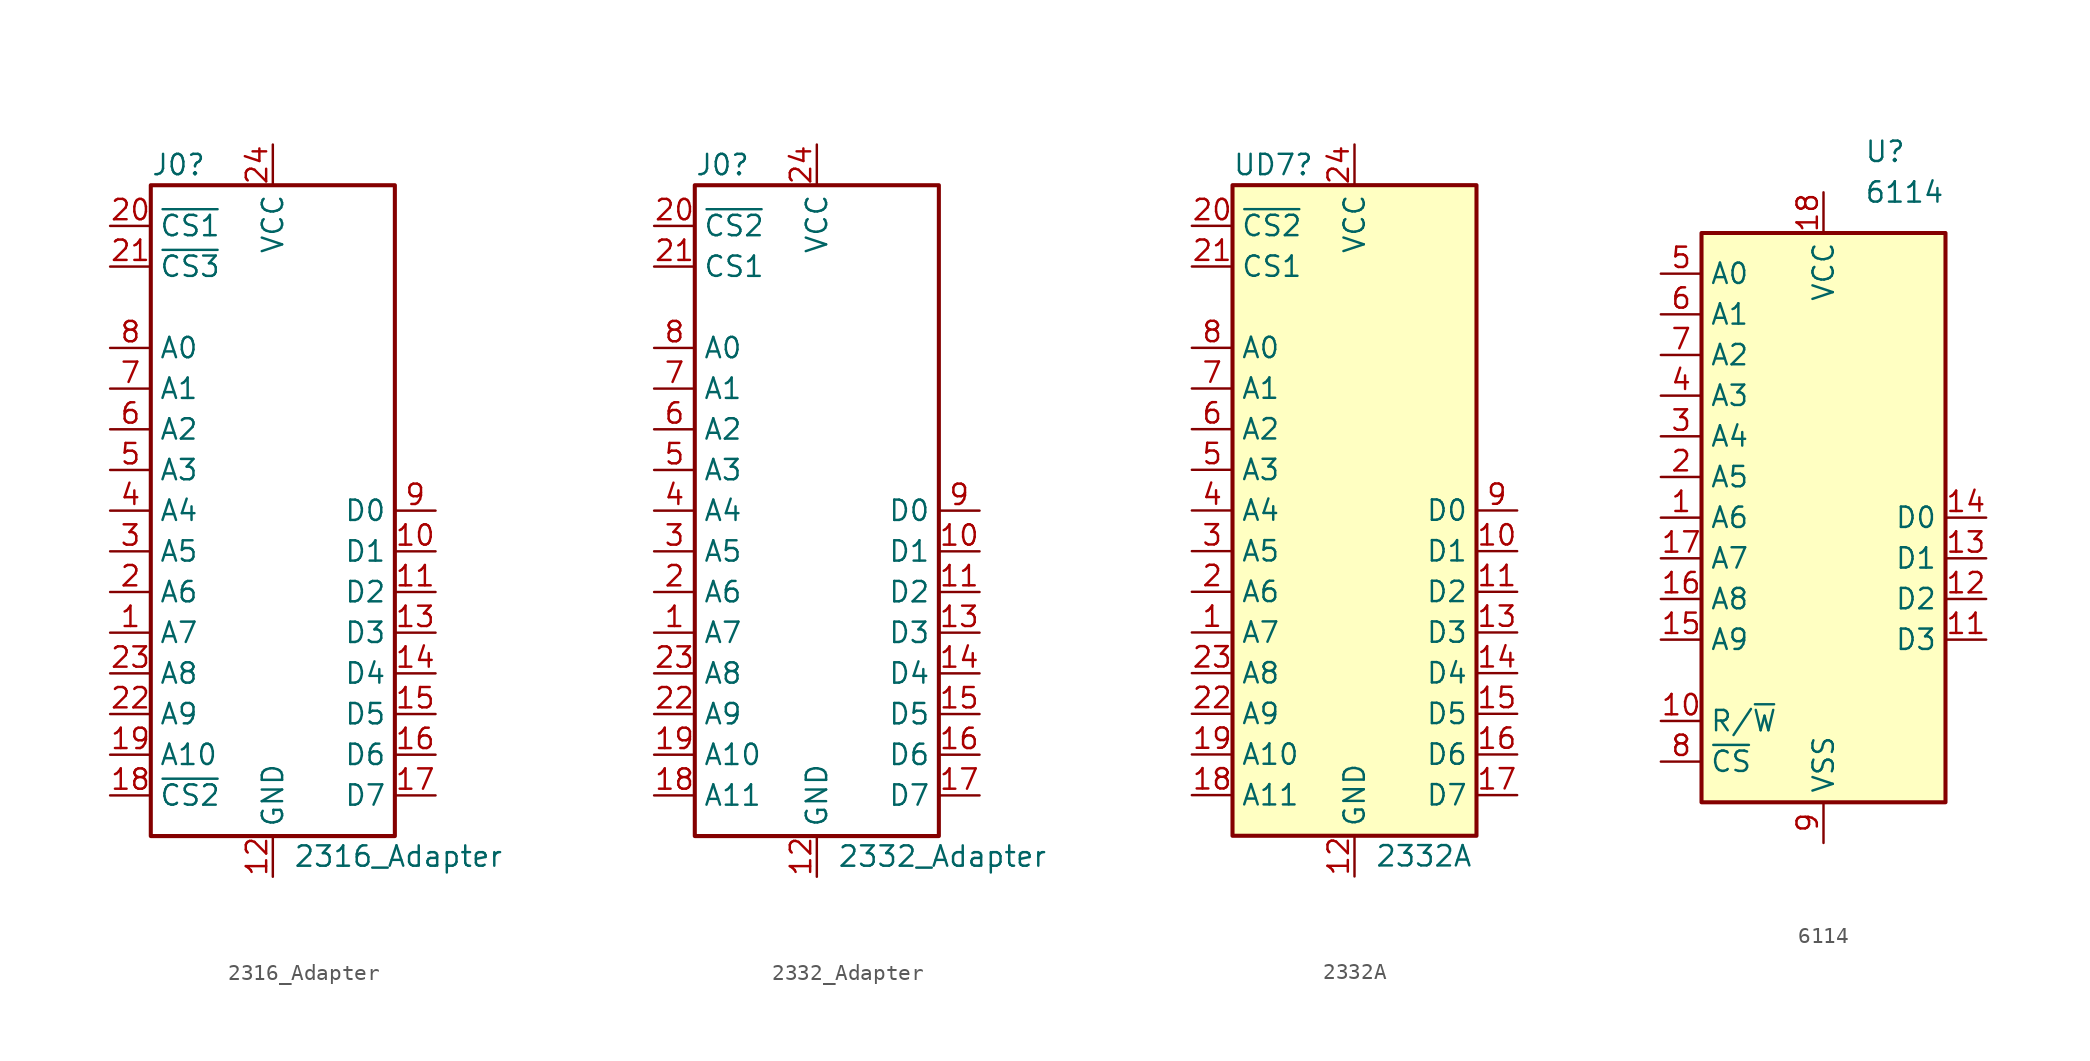
<source format=kicad_sym>
(kicad_symbol_lib
  (version 20220914)
  (generator kicad_symbol_editor)
  (symbol "2316_Adapter"
    (property "Reference" "J0"
      (at -7.62 21.59 0)
      (effects (font (size 1.27 1.27)) (justify left)))
    (property "Value" "2316_Adapter"
      (at 1.27 -21.59 0)
      (effects (font (size 1.27 1.27)) (justify left)))
    (symbol "2316_Adapter_0_1"
      (rectangle (start -7.62 20.32) (end 7.62 -20.32) (stroke (width 0.254) (type default)) (fill (type none))))
    (symbol "2316_Adapter_1_1"
      (pin output line (at -10.16 -7.62 0) (length 2.54) (name "A7" (effects (font (size 1.27 1.27)))) (number "1" (effects (font (size 1.27 1.27)))))
      (pin bidirectional line (at 10.16 -2.54 180) (length 2.54) (name "D1" (effects (font (size 1.27 1.27)))) (number "10" (effects (font (size 1.27 1.27)))))
      (pin bidirectional line (at 10.16 -5.08 180) (length 2.54) (name "D2" (effects (font (size 1.27 1.27)))) (number "11" (effects (font (size 1.27 1.27)))))
      (pin power_in line (at 0 -22.86 90) (length 2.54) (name "GND" (effects (font (size 1.27 1.27)))) (number "12" (effects (font (size 1.27 1.27)))))
      (pin bidirectional line (at 10.16 -7.62 180) (length 2.54) (name "D3" (effects (font (size 1.27 1.27)))) (number "13" (effects (font (size 1.27 1.27)))))
      (pin bidirectional line (at 10.16 -10.16 180) (length 2.54) (name "D4" (effects (font (size 1.27 1.27)))) (number "14" (effects (font (size 1.27 1.27)))))
      (pin bidirectional line (at 10.16 -12.7 180) (length 2.54) (name "D5" (effects (font (size 1.27 1.27)))) (number "15" (effects (font (size 1.27 1.27)))))
      (pin bidirectional line (at 10.16 -15.24 180) (length 2.54) (name "D6" (effects (font (size 1.27 1.27)))) (number "16" (effects (font (size 1.27 1.27)))))
      (pin bidirectional line (at 10.16 -17.78 180) (length 2.54) (name "D7" (effects (font (size 1.27 1.27)))) (number "17" (effects (font (size 1.27 1.27)))))
      (pin output line (at -10.16 -17.78 0) (length 2.54) (name "~{CS2}" (effects (font (size 1.27 1.27)))) (number "18" (effects (font (size 1.27 1.27)))))
      (pin output line (at -10.16 -15.24 0) (length 2.54) (name "A10" (effects (font (size 1.27 1.27)))) (number "19" (effects (font (size 1.27 1.27)))))
      (pin output line (at -10.16 -5.08 0) (length 2.54) (name "A6" (effects (font (size 1.27 1.27)))) (number "2" (effects (font (size 1.27 1.27)))))
      (pin output line (at -10.16 17.78 0) (length 2.54) (name "~{CS1}" (effects (font (size 1.27 1.27)))) (number "20" (effects (font (size 1.27 1.27)))))
      (pin output line (at -10.16 15.24 0) (length 2.54) (name "~{CS3}" (effects (font (size 1.27 1.27)))) (number "21" (effects (font (size 1.27 1.27)))))
      (pin output line (at -10.16 -12.7 0) (length 2.54) (name "A9" (effects (font (size 1.27 1.27)))) (number "22" (effects (font (size 1.27 1.27)))))
      (pin output line (at -10.16 -10.16 0) (length 2.54) (name "A8" (effects (font (size 1.27 1.27)))) (number "23" (effects (font (size 1.27 1.27)))))
      (pin power_in line (at 0 22.86 270) (length 2.54) (name "VCC" (effects (font (size 1.27 1.27)))) (number "24" (effects (font (size 1.27 1.27)))))
      (pin output line (at -10.16 -2.54 0) (length 2.54) (name "A5" (effects (font (size 1.27 1.27)))) (number "3" (effects (font (size 1.27 1.27)))))
      (pin output line (at -10.16 0 0) (length 2.54) (name "A4" (effects (font (size 1.27 1.27)))) (number "4" (effects (font (size 1.27 1.27)))))
      (pin output line (at -10.16 2.54 0) (length 2.54) (name "A3" (effects (font (size 1.27 1.27)))) (number "5" (effects (font (size 1.27 1.27)))))
      (pin output line (at -10.16 5.08 0) (length 2.54) (name "A2" (effects (font (size 1.27 1.27)))) (number "6" (effects (font (size 1.27 1.27)))))
      (pin output line (at -10.16 7.62 0) (length 2.54) (name "A1" (effects (font (size 1.27 1.27)))) (number "7" (effects (font (size 1.27 1.27)))))
      (pin output line (at -10.16 10.16 0) (length 2.54) (name "A0" (effects (font (size 1.27 1.27)))) (number "8" (effects (font (size 1.27 1.27)))))
      (pin bidirectional line (at 10.16 0 180) (length 2.54) (name "D0" (effects (font (size 1.27 1.27)))) (number "9" (effects (font (size 1.27 1.27)))))))
  (symbol "2332_Adapter"
    (property "Reference" "J0"
      (at -7.62 21.59 0)
      (effects (font (size 1.27 1.27)) (justify left)))
    (property "Value" "2332_Adapter"
      (at 1.27 -21.59 0)
      (effects (font (size 1.27 1.27)) (justify left)))
    (symbol "2332_Adapter_0_1"
      (rectangle (start -7.62 20.32) (end 7.62 -20.32) (stroke (width 0.254) (type default)) (fill (type none))))
    (symbol "2332_Adapter_1_1"
      (pin output line (at -10.16 -7.62 0) (length 2.54) (name "A7" (effects (font (size 1.27 1.27)))) (number "1" (effects (font (size 1.27 1.27)))))
      (pin bidirectional line (at 10.16 -2.54 180) (length 2.54) (name "D1" (effects (font (size 1.27 1.27)))) (number "10" (effects (font (size 1.27 1.27)))))
      (pin bidirectional line (at 10.16 -5.08 180) (length 2.54) (name "D2" (effects (font (size 1.27 1.27)))) (number "11" (effects (font (size 1.27 1.27)))))
      (pin power_in line (at 0 -22.86 90) (length 2.54) (name "GND" (effects (font (size 1.27 1.27)))) (number "12" (effects (font (size 1.27 1.27)))))
      (pin bidirectional line (at 10.16 -7.62 180) (length 2.54) (name "D3" (effects (font (size 1.27 1.27)))) (number "13" (effects (font (size 1.27 1.27)))))
      (pin bidirectional line (at 10.16 -10.16 180) (length 2.54) (name "D4" (effects (font (size 1.27 1.27)))) (number "14" (effects (font (size 1.27 1.27)))))
      (pin bidirectional line (at 10.16 -12.7 180) (length 2.54) (name "D5" (effects (font (size 1.27 1.27)))) (number "15" (effects (font (size 1.27 1.27)))))
      (pin bidirectional line (at 10.16 -15.24 180) (length 2.54) (name "D6" (effects (font (size 1.27 1.27)))) (number "16" (effects (font (size 1.27 1.27)))))
      (pin bidirectional line (at 10.16 -17.78 180) (length 2.54) (name "D7" (effects (font (size 1.27 1.27)))) (number "17" (effects (font (size 1.27 1.27)))))
      (pin output line (at -10.16 -17.78 0) (length 2.54) (name "A11" (effects (font (size 1.27 1.27)))) (number "18" (effects (font (size 1.27 1.27)))))
      (pin output line (at -10.16 -15.24 0) (length 2.54) (name "A10" (effects (font (size 1.27 1.27)))) (number "19" (effects (font (size 1.27 1.27)))))
      (pin output line (at -10.16 -5.08 0) (length 2.54) (name "A6" (effects (font (size 1.27 1.27)))) (number "2" (effects (font (size 1.27 1.27)))))
      (pin output line (at -10.16 17.78 0) (length 2.54) (name "~{CS2}" (effects (font (size 1.27 1.27)))) (number "20" (effects (font (size 1.27 1.27)))))
      (pin output line (at -10.16 15.24 0) (length 2.54) (name "CS1" (effects (font (size 1.27 1.27)))) (number "21" (effects (font (size 1.27 1.27)))))
      (pin output line (at -10.16 -12.7 0) (length 2.54) (name "A9" (effects (font (size 1.27 1.27)))) (number "22" (effects (font (size 1.27 1.27)))))
      (pin output line (at -10.16 -10.16 0) (length 2.54) (name "A8" (effects (font (size 1.27 1.27)))) (number "23" (effects (font (size 1.27 1.27)))))
      (pin power_in line (at 0 22.86 270) (length 2.54) (name "VCC" (effects (font (size 1.27 1.27)))) (number "24" (effects (font (size 1.27 1.27)))))
      (pin output line (at -10.16 -2.54 0) (length 2.54) (name "A5" (effects (font (size 1.27 1.27)))) (number "3" (effects (font (size 1.27 1.27)))))
      (pin output line (at -10.16 0 0) (length 2.54) (name "A4" (effects (font (size 1.27 1.27)))) (number "4" (effects (font (size 1.27 1.27)))))
      (pin output line (at -10.16 2.54 0) (length 2.54) (name "A3" (effects (font (size 1.27 1.27)))) (number "5" (effects (font (size 1.27 1.27)))))
      (pin output line (at -10.16 5.08 0) (length 2.54) (name "A2" (effects (font (size 1.27 1.27)))) (number "6" (effects (font (size 1.27 1.27)))))
      (pin output line (at -10.16 7.62 0) (length 2.54) (name "A1" (effects (font (size 1.27 1.27)))) (number "7" (effects (font (size 1.27 1.27)))))
      (pin output line (at -10.16 10.16 0) (length 2.54) (name "A0" (effects (font (size 1.27 1.27)))) (number "8" (effects (font (size 1.27 1.27)))))
      (pin bidirectional line (at 10.16 0 180) (length 2.54) (name "D0" (effects (font (size 1.27 1.27)))) (number "9" (effects (font (size 1.27 1.27)))))))
  (symbol "2332A"
    (property "Reference" "UD7"
      (at -7.62 21.59 0)
      (effects (font (size 1.27 1.27)) (justify left)))
    (property "Value" "2332A"
      (at 1.27 -21.59 0)
      (effects (font (size 1.27 1.27)) (justify left)))
    (symbol "2332A_0_1"
      (rectangle (start -7.62 20.32) (end 7.62 -20.32) (stroke (width 0.254) (type default)) (fill (type background))))
    (symbol "2332A_1_1"
      (pin input line (at -10.16 -7.62 0) (length 2.54) (name "A7" (effects (font (size 1.27 1.27)))) (number "1" (effects (font (size 1.27 1.27)))))
      (pin tri_state line (at 10.16 -2.54 180) (length 2.54) (name "D1" (effects (font (size 1.27 1.27)))) (number "10" (effects (font (size 1.27 1.27)))))
      (pin tri_state line (at 10.16 -5.08 180) (length 2.54) (name "D2" (effects (font (size 1.27 1.27)))) (number "11" (effects (font (size 1.27 1.27)))))
      (pin power_in line (at 0 -22.86 90) (length 2.54) (name "GND" (effects (font (size 1.27 1.27)))) (number "12" (effects (font (size 1.27 1.27)))))
      (pin tri_state line (at 10.16 -7.62 180) (length 2.54) (name "D3" (effects (font (size 1.27 1.27)))) (number "13" (effects (font (size 1.27 1.27)))))
      (pin tri_state line (at 10.16 -10.16 180) (length 2.54) (name "D4" (effects (font (size 1.27 1.27)))) (number "14" (effects (font (size 1.27 1.27)))))
      (pin tri_state line (at 10.16 -12.7 180) (length 2.54) (name "D5" (effects (font (size 1.27 1.27)))) (number "15" (effects (font (size 1.27 1.27)))))
      (pin tri_state line (at 10.16 -15.24 180) (length 2.54) (name "D6" (effects (font (size 1.27 1.27)))) (number "16" (effects (font (size 1.27 1.27)))))
      (pin tri_state line (at 10.16 -17.78 180) (length 2.54) (name "D7" (effects (font (size 1.27 1.27)))) (number "17" (effects (font (size 1.27 1.27)))))
      (pin input line (at -10.16 -17.78 0) (length 2.54) (name "A11" (effects (font (size 1.27 1.27)))) (number "18" (effects (font (size 1.27 1.27)))))
      (pin input line (at -10.16 -15.24 0) (length 2.54) (name "A10" (effects (font (size 1.27 1.27)))) (number "19" (effects (font (size 1.27 1.27)))))
      (pin input line (at -10.16 -5.08 0) (length 2.54) (name "A6" (effects (font (size 1.27 1.27)))) (number "2" (effects (font (size 1.27 1.27)))))
      (pin input line (at -10.16 17.78 0) (length 2.54) (name "~{CS2}" (effects (font (size 1.27 1.27)))) (number "20" (effects (font (size 1.27 1.27)))))
      (pin input line (at -10.16 15.24 0) (length 2.54) (name "CS1" (effects (font (size 1.27 1.27)))) (number "21" (effects (font (size 1.27 1.27)))))
      (pin input line (at -10.16 -12.7 0) (length 2.54) (name "A9" (effects (font (size 1.27 1.27)))) (number "22" (effects (font (size 1.27 1.27)))))
      (pin input line (at -10.16 -10.16 0) (length 2.54) (name "A8" (effects (font (size 1.27 1.27)))) (number "23" (effects (font (size 1.27 1.27)))))
      (pin power_in line (at 0 22.86 270) (length 2.54) (name "VCC" (effects (font (size 1.27 1.27)))) (number "24" (effects (font (size 1.27 1.27)))))
      (pin input line (at -10.16 -2.54 0) (length 2.54) (name "A5" (effects (font (size 1.27 1.27)))) (number "3" (effects (font (size 1.27 1.27)))))
      (pin input line (at -10.16 0 0) (length 2.54) (name "A4" (effects (font (size 1.27 1.27)))) (number "4" (effects (font (size 1.27 1.27)))))
      (pin input line (at -10.16 2.54 0) (length 2.54) (name "A3" (effects (font (size 1.27 1.27)))) (number "5" (effects (font (size 1.27 1.27)))))
      (pin input line (at -10.16 5.08 0) (length 2.54) (name "A2" (effects (font (size 1.27 1.27)))) (number "6" (effects (font (size 1.27 1.27)))))
      (pin input line (at -10.16 7.62 0) (length 2.54) (name "A1" (effects (font (size 1.27 1.27)))) (number "7" (effects (font (size 1.27 1.27)))))
      (pin input line (at -10.16 10.16 0) (length 2.54) (name "A0" (effects (font (size 1.27 1.27)))) (number "8" (effects (font (size 1.27 1.27)))))
      (pin tri_state line (at 10.16 0 180) (length 2.54) (name "D0" (effects (font (size 1.27 1.27)))) (number "9" (effects (font (size 1.27 1.27)))))))
  (symbol "6114"
    (property "Reference" "U"
      (at 2.54 22.86 0)
      (effects (font (size 1.27 1.27)) (justify left)))
    (property "Value" "6114"
      (at 2.54 20.32 0)
      (effects (font (size 1.27 1.27)) (justify left)))
    (symbol "6114_0_1"
      (rectangle (start -7.62 17.78) (end 7.62 -17.78) (stroke (width 0.254) (type default)) (fill (type background))))
    (symbol "6114_1_1"
      (pin input line (at -10.16 0 0) (length 2.54) (name "A6" (effects (font (size 1.27 1.27)))) (number "1" (effects (font (size 1.27 1.27)))))
      (pin input line (at -10.16 -12.7 0) (length 2.54) (name "R/~{W}" (effects (font (size 1.27 1.27)))) (number "10" (effects (font (size 1.27 1.27)))))
      (pin bidirectional line (at 10.16 -7.62 180) (length 2.54) (name "D3" (effects (font (size 1.27 1.27)))) (number "11" (effects (font (size 1.27 1.27)))))
      (pin bidirectional line (at 10.16 -5.08 180) (length 2.54) (name "D2" (effects (font (size 1.27 1.27)))) (number "12" (effects (font (size 1.27 1.27)))))
      (pin bidirectional line (at 10.16 -2.54 180) (length 2.54) (name "D1" (effects (font (size 1.27 1.27)))) (number "13" (effects (font (size 1.27 1.27)))))
      (pin bidirectional line (at 10.16 0 180) (length 2.54) (name "D0" (effects (font (size 1.27 1.27)))) (number "14" (effects (font (size 1.27 1.27)))))
      (pin input line (at -10.16 -7.62 0) (length 2.54) (name "A9" (effects (font (size 1.27 1.27)))) (number "15" (effects (font (size 1.27 1.27)))))
      (pin input line (at -10.16 -5.08 0) (length 2.54) (name "A8" (effects (font (size 1.27 1.27)))) (number "16" (effects (font (size 1.27 1.27)))))
      (pin input line (at -10.16 -2.54 0) (length 2.54) (name "A7" (effects (font (size 1.27 1.27)))) (number "17" (effects (font (size 1.27 1.27)))))
      (pin power_in line (at 0 20.32 270) (length 2.54) (name "VCC" (effects (font (size 1.27 1.27)))) (number "18" (effects (font (size 1.27 1.27)))))
      (pin input line (at -10.16 2.54 0) (length 2.54) (name "A5" (effects (font (size 1.27 1.27)))) (number "2" (effects (font (size 1.27 1.27)))))
      (pin input line (at -10.16 5.08 0) (length 2.54) (name "A4" (effects (font (size 1.27 1.27)))) (number "3" (effects (font (size 1.27 1.27)))))
      (pin input line (at -10.16 7.62 0) (length 2.54) (name "A3" (effects (font (size 1.27 1.27)))) (number "4" (effects (font (size 1.27 1.27)))))
      (pin input line (at -10.16 15.24 0) (length 2.54) (name "A0" (effects (font (size 1.27 1.27)))) (number "5" (effects (font (size 1.27 1.27)))))
      (pin input line (at -10.16 12.7 0) (length 2.54) (name "A1" (effects (font (size 1.27 1.27)))) (number "6" (effects (font (size 1.27 1.27)))))
      (pin input line (at -10.16 10.16 0) (length 2.54) (name "A2" (effects (font (size 1.27 1.27)))) (number "7" (effects (font (size 1.27 1.27)))))
      (pin input line (at -10.16 -15.24 0) (length 2.54) (name "~{CS}" (effects (font (size 1.27 1.27)))) (number "8" (effects (font (size 1.27 1.27)))))
      (pin power_in line (at 0 -20.32 90) (length 2.54) (name "VSS" (effects (font (size 1.27 1.27)))) (number "9" (effects (font (size 1.27 1.27))))))))
</source>
